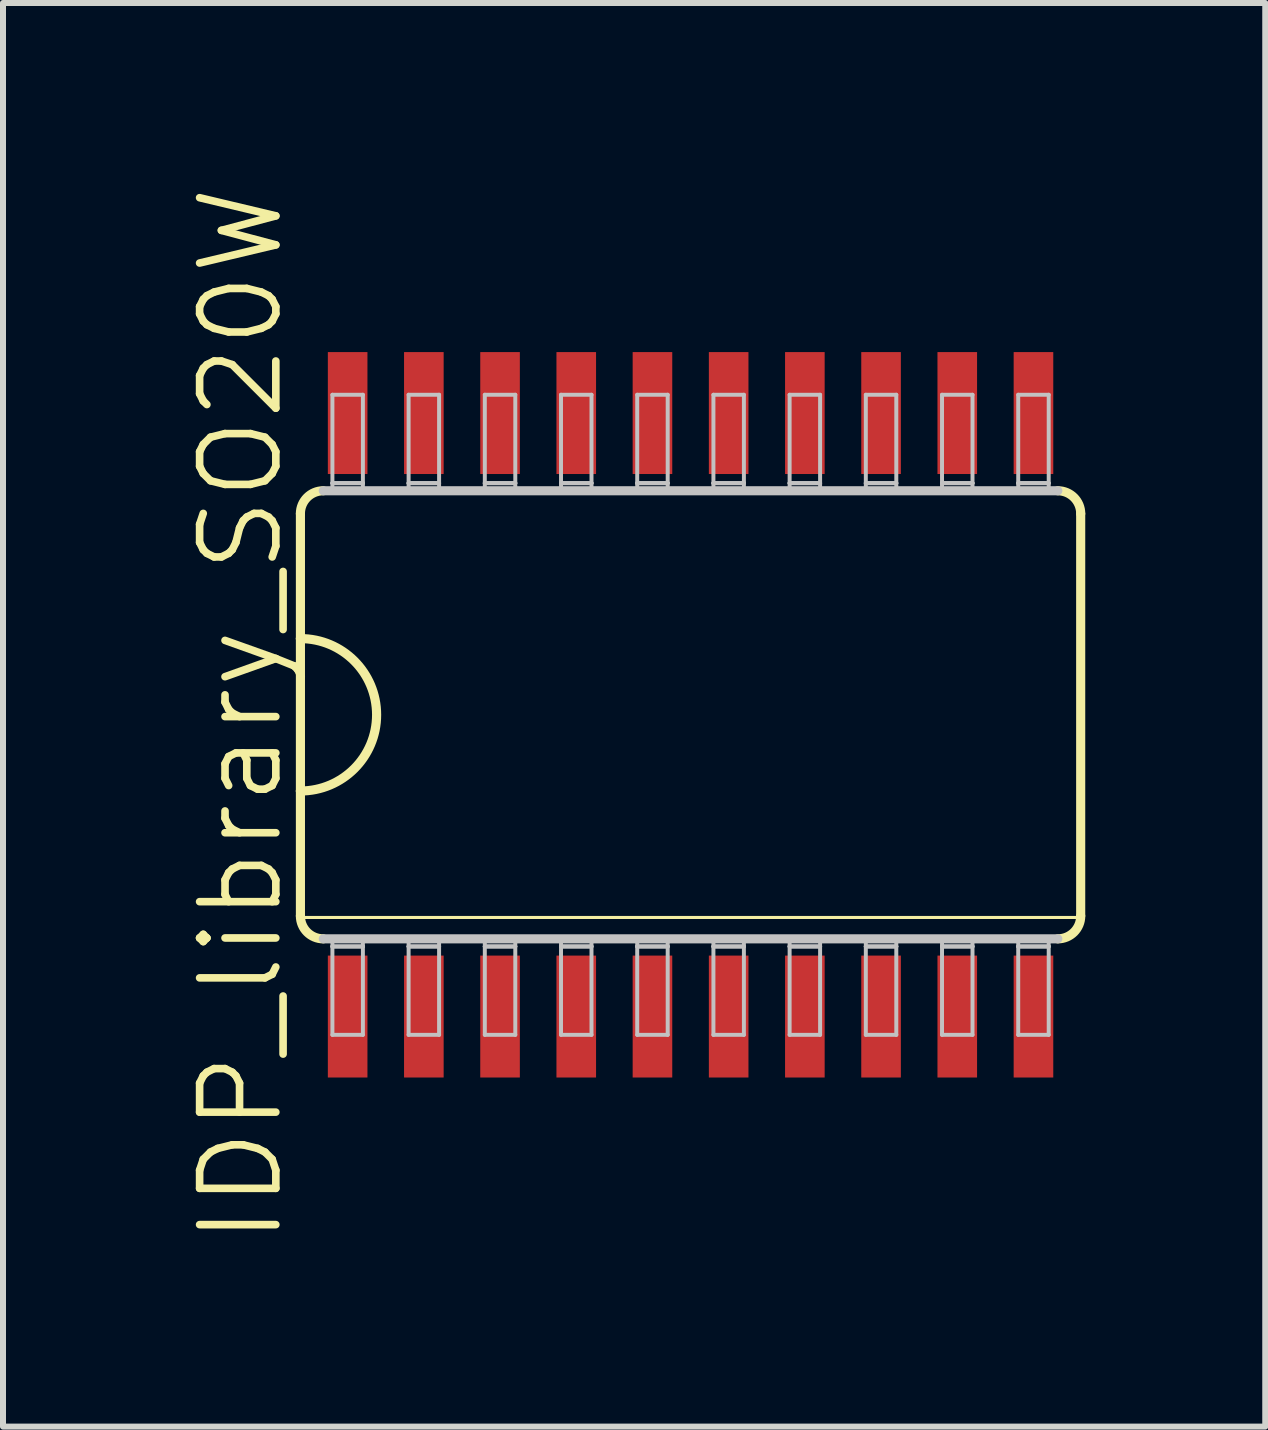
<source format=kicad_pcb>
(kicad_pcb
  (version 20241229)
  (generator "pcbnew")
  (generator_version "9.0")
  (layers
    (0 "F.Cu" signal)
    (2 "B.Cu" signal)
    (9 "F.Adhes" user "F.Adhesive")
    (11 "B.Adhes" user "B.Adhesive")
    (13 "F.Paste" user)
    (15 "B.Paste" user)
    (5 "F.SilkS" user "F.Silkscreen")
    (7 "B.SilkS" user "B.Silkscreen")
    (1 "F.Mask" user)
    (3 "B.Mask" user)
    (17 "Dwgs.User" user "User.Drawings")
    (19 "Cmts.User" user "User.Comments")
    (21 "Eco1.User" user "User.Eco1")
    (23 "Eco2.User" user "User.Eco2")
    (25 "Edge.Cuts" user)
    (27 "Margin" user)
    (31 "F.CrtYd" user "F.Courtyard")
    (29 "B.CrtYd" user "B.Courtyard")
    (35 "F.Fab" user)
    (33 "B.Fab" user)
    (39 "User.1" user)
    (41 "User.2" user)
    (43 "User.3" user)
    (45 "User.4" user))
  (footprint "IDP_library_SO20W"
    (layer "F.Cu")
    (at 8.459 8.863)
    (property "Reference" "IDP_library_SO20W" (at -7.493 0 90) (layer "F.SilkS") (effects (font (size 1.27 1.27) (thickness 0.127))))
    (attr smd)
    (fp_line (start -6.502 -3.353) (end -6.502 -1.27) (stroke (width 0.152) (type solid)) (layer "F.SilkS"))
    (fp_line (start -6.502 -1.27) (end -6.502 1.27) (stroke (width 0.152) (type solid)) (layer "F.SilkS"))
    (fp_line (start -6.502 1.27) (end -6.502 3.353) (stroke (width 0.152) (type solid)) (layer "F.SilkS"))
    (fp_line (start -6.477 3.378) (end 6.477 3.378) (stroke (width 0.051) (type solid)) (layer "F.SilkS"))
    (fp_line (start 6.502 3.353) (end 6.502 -3.353) (stroke (width 0.152) (type solid)) (layer "F.SilkS"))
    (fp_arc (start -6.5024 -3.3528) (mid -6.390808 -3.622208) (end -6.1214 -3.7338) (stroke (width 0.1524) (type solid)) (layer "F.SilkS"))
    (fp_arc (start -6.5024 -1.27) (mid -5.2324 0) (end -6.5024 1.27) (stroke (width 0.1524) (type solid)) (layer "F.SilkS"))
    (fp_arc (start -6.1214 3.7338) (mid -6.390808 3.622208) (end -6.5024 3.3528) (stroke (width 0.1524) (type solid)) (layer "F.SilkS"))
    (fp_arc (start 6.1214 -3.7338) (mid 6.390808 -3.622208) (end 6.5024 -3.3528) (stroke (width 0.1524) (type solid)) (layer "F.SilkS"))
    (fp_arc (start 6.5024 3.3528) (mid 6.390808 3.622208) (end 6.1214 3.7338) (stroke (width 0.1524) (type solid)) (layer "F.SilkS"))
    (fp_line (start -6.121 3.734) (end 6.121 3.734) (stroke (width 0.152) (type solid)) (layer "Dwgs.User"))
    (fp_line (start -5.969 -5.334) (end -5.461 -5.334) (stroke (width 0.066) (type solid)) (layer "Dwgs.User"))
    (fp_line (start -5.969 -3.861) (end -5.969 -5.334) (stroke (width 0.066) (type solid)) (layer "Dwgs.User"))
    (fp_line (start -5.969 -3.861) (end -5.461 -3.861) (stroke (width 0.066) (type solid)) (layer "Dwgs.User"))
    (fp_line (start -5.969 -3.861) (end -5.461 -3.861) (stroke (width 0.066) (type solid)) (layer "Dwgs.User"))
    (fp_line (start -5.969 -3.734) (end -5.969 -3.861) (stroke (width 0.066) (type solid)) (layer "Dwgs.User"))
    (fp_line (start -5.969 -3.734) (end -5.461 -3.734) (stroke (width 0.066) (type solid)) (layer "Dwgs.User"))
    (fp_line (start -5.969 3.734) (end -5.461 3.734) (stroke (width 0.066) (type solid)) (layer "Dwgs.User"))
    (fp_line (start -5.969 3.861) (end -5.969 3.734) (stroke (width 0.066) (type solid)) (layer "Dwgs.User"))
    (fp_line (start -5.969 3.861) (end -5.461 3.861) (stroke (width 0.066) (type solid)) (layer "Dwgs.User"))
    (fp_line (start -5.969 3.861) (end -5.461 3.861) (stroke (width 0.066) (type solid)) (layer "Dwgs.User"))
    (fp_line (start -5.969 5.334) (end -5.969 3.861) (stroke (width 0.066) (type solid)) (layer "Dwgs.User"))
    (fp_line (start -5.969 5.334) (end -5.461 5.334) (stroke (width 0.066) (type solid)) (layer "Dwgs.User"))
    (fp_line (start -5.461 -3.861) (end -5.461 -5.334) (stroke (width 0.066) (type solid)) (layer "Dwgs.User"))
    (fp_line (start -5.461 -3.734) (end -5.461 -3.861) (stroke (width 0.066) (type solid)) (layer "Dwgs.User"))
    (fp_line (start -5.461 3.861) (end -5.461 3.734) (stroke (width 0.066) (type solid)) (layer "Dwgs.User"))
    (fp_line (start -5.461 5.334) (end -5.461 3.861) (stroke (width 0.066) (type solid)) (layer "Dwgs.User"))
    (fp_line (start -4.699 -5.334) (end -4.191 -5.334) (stroke (width 0.066) (type solid)) (layer "Dwgs.User"))
    (fp_line (start -4.699 -3.861) (end -4.699 -5.334) (stroke (width 0.066) (type solid)) (layer "Dwgs.User"))
    (fp_line (start -4.699 -3.861) (end -4.191 -3.861) (stroke (width 0.066) (type solid)) (layer "Dwgs.User"))
    (fp_line (start -4.699 -3.861) (end -4.191 -3.861) (stroke (width 0.066) (type solid)) (layer "Dwgs.User"))
    (fp_line (start -4.699 -3.734) (end -4.699 -3.861) (stroke (width 0.066) (type solid)) (layer "Dwgs.User"))
    (fp_line (start -4.699 -3.734) (end -4.191 -3.734) (stroke (width 0.066) (type solid)) (layer "Dwgs.User"))
    (fp_line (start -4.699 3.734) (end -4.191 3.734) (stroke (width 0.066) (type solid)) (layer "Dwgs.User"))
    (fp_line (start -4.699 3.861) (end -4.699 3.734) (stroke (width 0.066) (type solid)) (layer "Dwgs.User"))
    (fp_line (start -4.699 3.861) (end -4.191 3.861) (stroke (width 0.066) (type solid)) (layer "Dwgs.User"))
    (fp_line (start -4.699 3.861) (end -4.191 3.861) (stroke (width 0.066) (type solid)) (layer "Dwgs.User"))
    (fp_line (start -4.699 5.334) (end -4.699 3.861) (stroke (width 0.066) (type solid)) (layer "Dwgs.User"))
    (fp_line (start -4.699 5.334) (end -4.191 5.334) (stroke (width 0.066) (type solid)) (layer "Dwgs.User"))
    (fp_line (start -4.191 -3.861) (end -4.191 -5.334) (stroke (width 0.066) (type solid)) (layer "Dwgs.User"))
    (fp_line (start -4.191 -3.734) (end -4.191 -3.861) (stroke (width 0.066) (type solid)) (layer "Dwgs.User"))
    (fp_line (start -4.191 3.861) (end -4.191 3.734) (stroke (width 0.066) (type solid)) (layer "Dwgs.User"))
    (fp_line (start -4.191 5.334) (end -4.191 3.861) (stroke (width 0.066) (type solid)) (layer "Dwgs.User"))
    (fp_line (start -3.429 -5.334) (end -2.921 -5.334) (stroke (width 0.066) (type solid)) (layer "Dwgs.User"))
    (fp_line (start -3.429 -3.861) (end -3.429 -5.334) (stroke (width 0.066) (type solid)) (layer "Dwgs.User"))
    (fp_line (start -3.429 -3.861) (end -2.921 -3.861) (stroke (width 0.066) (type solid)) (layer "Dwgs.User"))
    (fp_line (start -3.429 -3.861) (end -2.921 -3.861) (stroke (width 0.066) (type solid)) (layer "Dwgs.User"))
    (fp_line (start -3.429 -3.734) (end -3.429 -3.861) (stroke (width 0.066) (type solid)) (layer "Dwgs.User"))
    (fp_line (start -3.429 -3.734) (end -2.921 -3.734) (stroke (width 0.066) (type solid)) (layer "Dwgs.User"))
    (fp_line (start -3.429 3.734) (end -2.921 3.734) (stroke (width 0.066) (type solid)) (layer "Dwgs.User"))
    (fp_line (start -3.429 3.861) (end -3.429 3.734) (stroke (width 0.066) (type solid)) (layer "Dwgs.User"))
    (fp_line (start -3.429 3.861) (end -2.921 3.861) (stroke (width 0.066) (type solid)) (layer "Dwgs.User"))
    (fp_line (start -3.429 3.861) (end -2.921 3.861) (stroke (width 0.066) (type solid)) (layer "Dwgs.User"))
    (fp_line (start -3.429 5.334) (end -3.429 3.861) (stroke (width 0.066) (type solid)) (layer "Dwgs.User"))
    (fp_line (start -3.429 5.334) (end -2.921 5.334) (stroke (width 0.066) (type solid)) (layer "Dwgs.User"))
    (fp_line (start -2.921 -3.861) (end -2.921 -5.334) (stroke (width 0.066) (type solid)) (layer "Dwgs.User"))
    (fp_line (start -2.921 -3.734) (end -2.921 -3.861) (stroke (width 0.066) (type solid)) (layer "Dwgs.User"))
    (fp_line (start -2.921 3.861) (end -2.921 3.734) (stroke (width 0.066) (type solid)) (layer "Dwgs.User"))
    (fp_line (start -2.921 5.334) (end -2.921 3.861) (stroke (width 0.066) (type solid)) (layer "Dwgs.User"))
    (fp_line (start -2.159 -5.334) (end -1.651 -5.334) (stroke (width 0.066) (type solid)) (layer "Dwgs.User"))
    (fp_line (start -2.159 -3.861) (end -2.159 -5.334) (stroke (width 0.066) (type solid)) (layer "Dwgs.User"))
    (fp_line (start -2.159 -3.861) (end -1.651 -3.861) (stroke (width 0.066) (type solid)) (layer "Dwgs.User"))
    (fp_line (start -2.159 -3.861) (end -1.651 -3.861) (stroke (width 0.066) (type solid)) (layer "Dwgs.User"))
    (fp_line (start -2.159 -3.734) (end -2.159 -3.861) (stroke (width 0.066) (type solid)) (layer "Dwgs.User"))
    (fp_line (start -2.159 -3.734) (end -1.651 -3.734) (stroke (width 0.066) (type solid)) (layer "Dwgs.User"))
    (fp_line (start -2.159 3.734) (end -1.651 3.734) (stroke (width 0.066) (type solid)) (layer "Dwgs.User"))
    (fp_line (start -2.159 3.861) (end -2.159 3.734) (stroke (width 0.066) (type solid)) (layer "Dwgs.User"))
    (fp_line (start -2.159 3.861) (end -1.651 3.861) (stroke (width 0.066) (type solid)) (layer "Dwgs.User"))
    (fp_line (start -2.159 3.861) (end -1.651 3.861) (stroke (width 0.066) (type solid)) (layer "Dwgs.User"))
    (fp_line (start -2.159 5.334) (end -2.159 3.861) (stroke (width 0.066) (type solid)) (layer "Dwgs.User"))
    (fp_line (start -2.159 5.334) (end -1.651 5.334) (stroke (width 0.066) (type solid)) (layer "Dwgs.User"))
    (fp_line (start -1.651 -3.861) (end -1.651 -5.334) (stroke (width 0.066) (type solid)) (layer "Dwgs.User"))
    (fp_line (start -1.651 -3.734) (end -1.651 -3.861) (stroke (width 0.066) (type solid)) (layer "Dwgs.User"))
    (fp_line (start -1.651 3.861) (end -1.651 3.734) (stroke (width 0.066) (type solid)) (layer "Dwgs.User"))
    (fp_line (start -1.651 5.334) (end -1.651 3.861) (stroke (width 0.066) (type solid)) (layer "Dwgs.User"))
    (fp_line (start -0.889 -5.334) (end -0.381 -5.334) (stroke (width 0.066) (type solid)) (layer "Dwgs.User"))
    (fp_line (start -0.889 -3.861) (end -0.889 -5.334) (stroke (width 0.066) (type solid)) (layer "Dwgs.User"))
    (fp_line (start -0.889 -3.861) (end -0.381 -3.861) (stroke (width 0.066) (type solid)) (layer "Dwgs.User"))
    (fp_line (start -0.889 -3.861) (end -0.381 -3.861) (stroke (width 0.066) (type solid)) (layer "Dwgs.User"))
    (fp_line (start -0.889 -3.734) (end -0.889 -3.861) (stroke (width 0.066) (type solid)) (layer "Dwgs.User"))
    (fp_line (start -0.889 -3.734) (end -0.381 -3.734) (stroke (width 0.066) (type solid)) (layer "Dwgs.User"))
    (fp_line (start -0.889 3.734) (end -0.381 3.734) (stroke (width 0.066) (type solid)) (layer "Dwgs.User"))
    (fp_line (start -0.889 3.861) (end -0.889 3.734) (stroke (width 0.066) (type solid)) (layer "Dwgs.User"))
    (fp_line (start -0.889 3.861) (end -0.381 3.861) (stroke (width 0.066) (type solid)) (layer "Dwgs.User"))
    (fp_line (start -0.889 3.861) (end -0.381 3.861) (stroke (width 0.066) (type solid)) (layer "Dwgs.User"))
    (fp_line (start -0.889 5.334) (end -0.889 3.861) (stroke (width 0.066) (type solid)) (layer "Dwgs.User"))
    (fp_line (start -0.889 5.334) (end -0.381 5.334) (stroke (width 0.066) (type solid)) (layer "Dwgs.User"))
    (fp_line (start -0.381 -3.861) (end -0.381 -5.334) (stroke (width 0.066) (type solid)) (layer "Dwgs.User"))
    (fp_line (start -0.381 -3.734) (end -0.381 -3.861) (stroke (width 0.066) (type solid)) (layer "Dwgs.User"))
    (fp_line (start -0.381 3.861) (end -0.381 3.734) (stroke (width 0.066) (type solid)) (layer "Dwgs.User"))
    (fp_line (start -0.381 5.334) (end -0.381 3.861) (stroke (width 0.066) (type solid)) (layer "Dwgs.User"))
    (fp_line (start 0.381 -5.334) (end 0.889 -5.334) (stroke (width 0.066) (type solid)) (layer "Dwgs.User"))
    (fp_line (start 0.381 -3.861) (end 0.381 -5.334) (stroke (width 0.066) (type solid)) (layer "Dwgs.User"))
    (fp_line (start 0.381 -3.861) (end 0.889 -3.861) (stroke (width 0.066) (type solid)) (layer "Dwgs.User"))
    (fp_line (start 0.381 -3.861) (end 0.889 -3.861) (stroke (width 0.066) (type solid)) (layer "Dwgs.User"))
    (fp_line (start 0.381 -3.734) (end 0.381 -3.861) (stroke (width 0.066) (type solid)) (layer "Dwgs.User"))
    (fp_line (start 0.381 -3.734) (end 0.889 -3.734) (stroke (width 0.066) (type solid)) (layer "Dwgs.User"))
    (fp_line (start 0.381 3.734) (end 0.889 3.734) (stroke (width 0.066) (type solid)) (layer "Dwgs.User"))
    (fp_line (start 0.381 3.861) (end 0.381 3.734) (stroke (width 0.066) (type solid)) (layer "Dwgs.User"))
    (fp_line (start 0.381 3.861) (end 0.889 3.861) (stroke (width 0.066) (type solid)) (layer "Dwgs.User"))
    (fp_line (start 0.381 3.861) (end 0.889 3.861) (stroke (width 0.066) (type solid)) (layer "Dwgs.User"))
    (fp_line (start 0.381 5.334) (end 0.381 3.861) (stroke (width 0.066) (type solid)) (layer "Dwgs.User"))
    (fp_line (start 0.381 5.334) (end 0.889 5.334) (stroke (width 0.066) (type solid)) (layer "Dwgs.User"))
    (fp_line (start 0.889 -3.861) (end 0.889 -5.334) (stroke (width 0.066) (type solid)) (layer "Dwgs.User"))
    (fp_line (start 0.889 -3.734) (end 0.889 -3.861) (stroke (width 0.066) (type solid)) (layer "Dwgs.User"))
    (fp_line (start 0.889 3.861) (end 0.889 3.734) (stroke (width 0.066) (type solid)) (layer "Dwgs.User"))
    (fp_line (start 0.889 5.334) (end 0.889 3.861) (stroke (width 0.066) (type solid)) (layer "Dwgs.User"))
    (fp_line (start 1.651 -5.334) (end 2.159 -5.334) (stroke (width 0.066) (type solid)) (layer "Dwgs.User"))
    (fp_line (start 1.651 -3.861) (end 1.651 -5.334) (stroke (width 0.066) (type solid)) (layer "Dwgs.User"))
    (fp_line (start 1.651 -3.861) (end 2.159 -3.861) (stroke (width 0.066) (type solid)) (layer "Dwgs.User"))
    (fp_line (start 1.651 -3.861) (end 2.159 -3.861) (stroke (width 0.066) (type solid)) (layer "Dwgs.User"))
    (fp_line (start 1.651 -3.734) (end 1.651 -3.861) (stroke (width 0.066) (type solid)) (layer "Dwgs.User"))
    (fp_line (start 1.651 -3.734) (end 2.159 -3.734) (stroke (width 0.066) (type solid)) (layer "Dwgs.User"))
    (fp_line (start 1.651 3.734) (end 2.159 3.734) (stroke (width 0.066) (type solid)) (layer "Dwgs.User"))
    (fp_line (start 1.651 3.861) (end 1.651 3.734) (stroke (width 0.066) (type solid)) (layer "Dwgs.User"))
    (fp_line (start 1.651 3.861) (end 2.159 3.861) (stroke (width 0.066) (type solid)) (layer "Dwgs.User"))
    (fp_line (start 1.651 3.861) (end 2.159 3.861) (stroke (width 0.066) (type solid)) (layer "Dwgs.User"))
    (fp_line (start 1.651 5.334) (end 1.651 3.861) (stroke (width 0.066) (type solid)) (layer "Dwgs.User"))
    (fp_line (start 1.651 5.334) (end 2.159 5.334) (stroke (width 0.066) (type solid)) (layer "Dwgs.User"))
    (fp_line (start 2.159 -3.861) (end 2.159 -5.334) (stroke (width 0.066) (type solid)) (layer "Dwgs.User"))
    (fp_line (start 2.159 -3.734) (end 2.159 -3.861) (stroke (width 0.066) (type solid)) (layer "Dwgs.User"))
    (fp_line (start 2.159 3.861) (end 2.159 3.734) (stroke (width 0.066) (type solid)) (layer "Dwgs.User"))
    (fp_line (start 2.159 5.334) (end 2.159 3.861) (stroke (width 0.066) (type solid)) (layer "Dwgs.User"))
    (fp_line (start 2.921 -5.334) (end 3.429 -5.334) (stroke (width 0.066) (type solid)) (layer "Dwgs.User"))
    (fp_line (start 2.921 -3.861) (end 2.921 -5.334) (stroke (width 0.066) (type solid)) (layer "Dwgs.User"))
    (fp_line (start 2.921 -3.861) (end 3.429 -3.861) (stroke (width 0.066) (type solid)) (layer "Dwgs.User"))
    (fp_line (start 2.921 -3.861) (end 3.429 -3.861) (stroke (width 0.066) (type solid)) (layer "Dwgs.User"))
    (fp_line (start 2.921 -3.734) (end 2.921 -3.861) (stroke (width 0.066) (type solid)) (layer "Dwgs.User"))
    (fp_line (start 2.921 -3.734) (end 3.429 -3.734) (stroke (width 0.066) (type solid)) (layer "Dwgs.User"))
    (fp_line (start 2.921 3.734) (end 3.429 3.734) (stroke (width 0.066) (type solid)) (layer "Dwgs.User"))
    (fp_line (start 2.921 3.861) (end 2.921 3.734) (stroke (width 0.066) (type solid)) (layer "Dwgs.User"))
    (fp_line (start 2.921 3.861) (end 3.429 3.861) (stroke (width 0.066) (type solid)) (layer "Dwgs.User"))
    (fp_line (start 2.921 3.861) (end 3.429 3.861) (stroke (width 0.066) (type solid)) (layer "Dwgs.User"))
    (fp_line (start 2.921 5.334) (end 2.921 3.861) (stroke (width 0.066) (type solid)) (layer "Dwgs.User"))
    (fp_line (start 2.921 5.334) (end 3.429 5.334) (stroke (width 0.066) (type solid)) (layer "Dwgs.User"))
    (fp_line (start 3.429 -3.861) (end 3.429 -5.334) (stroke (width 0.066) (type solid)) (layer "Dwgs.User"))
    (fp_line (start 3.429 -3.734) (end 3.429 -3.861) (stroke (width 0.066) (type solid)) (layer "Dwgs.User"))
    (fp_line (start 3.429 3.861) (end 3.429 3.734) (stroke (width 0.066) (type solid)) (layer "Dwgs.User"))
    (fp_line (start 3.429 5.334) (end 3.429 3.861) (stroke (width 0.066) (type solid)) (layer "Dwgs.User"))
    (fp_line (start 4.191 -5.334) (end 4.699 -5.334) (stroke (width 0.066) (type solid)) (layer "Dwgs.User"))
    (fp_line (start 4.191 -3.861) (end 4.191 -5.334) (stroke (width 0.066) (type solid)) (layer "Dwgs.User"))
    (fp_line (start 4.191 -3.861) (end 4.699 -3.861) (stroke (width 0.066) (type solid)) (layer "Dwgs.User"))
    (fp_line (start 4.191 -3.861) (end 4.699 -3.861) (stroke (width 0.066) (type solid)) (layer "Dwgs.User"))
    (fp_line (start 4.191 -3.734) (end 4.191 -3.861) (stroke (width 0.066) (type solid)) (layer "Dwgs.User"))
    (fp_line (start 4.191 -3.734) (end 4.699 -3.734) (stroke (width 0.066) (type solid)) (layer "Dwgs.User"))
    (fp_line (start 4.191 3.734) (end 4.699 3.734) (stroke (width 0.066) (type solid)) (layer "Dwgs.User"))
    (fp_line (start 4.191 3.861) (end 4.191 3.734) (stroke (width 0.066) (type solid)) (layer "Dwgs.User"))
    (fp_line (start 4.191 3.861) (end 4.699 3.861) (stroke (width 0.066) (type solid)) (layer "Dwgs.User"))
    (fp_line (start 4.191 3.861) (end 4.699 3.861) (stroke (width 0.066) (type solid)) (layer "Dwgs.User"))
    (fp_line (start 4.191 5.334) (end 4.191 3.861) (stroke (width 0.066) (type solid)) (layer "Dwgs.User"))
    (fp_line (start 4.191 5.334) (end 4.699 5.334) (stroke (width 0.066) (type solid)) (layer "Dwgs.User"))
    (fp_line (start 4.699 -3.861) (end 4.699 -5.334) (stroke (width 0.066) (type solid)) (layer "Dwgs.User"))
    (fp_line (start 4.699 -3.734) (end 4.699 -3.861) (stroke (width 0.066) (type solid)) (layer "Dwgs.User"))
    (fp_line (start 4.699 3.861) (end 4.699 3.734) (stroke (width 0.066) (type solid)) (layer "Dwgs.User"))
    (fp_line (start 4.699 5.334) (end 4.699 3.861) (stroke (width 0.066) (type solid)) (layer "Dwgs.User"))
    (fp_line (start 5.461 -5.334) (end 5.969 -5.334) (stroke (width 0.066) (type solid)) (layer "Dwgs.User"))
    (fp_line (start 5.461 -3.861) (end 5.461 -5.334) (stroke (width 0.066) (type solid)) (layer "Dwgs.User"))
    (fp_line (start 5.461 -3.861) (end 5.969 -3.861) (stroke (width 0.066) (type solid)) (layer "Dwgs.User"))
    (fp_line (start 5.461 -3.861) (end 5.969 -3.861) (stroke (width 0.066) (type solid)) (layer "Dwgs.User"))
    (fp_line (start 5.461 -3.734) (end 5.461 -3.861) (stroke (width 0.066) (type solid)) (layer "Dwgs.User"))
    (fp_line (start 5.461 -3.734) (end 5.969 -3.734) (stroke (width 0.066) (type solid)) (layer "Dwgs.User"))
    (fp_line (start 5.461 3.734) (end 5.969 3.734) (stroke (width 0.066) (type solid)) (layer "Dwgs.User"))
    (fp_line (start 5.461 3.861) (end 5.461 3.734) (stroke (width 0.066) (type solid)) (layer "Dwgs.User"))
    (fp_line (start 5.461 3.861) (end 5.969 3.861) (stroke (width 0.066) (type solid)) (layer "Dwgs.User"))
    (fp_line (start 5.461 3.861) (end 5.969 3.861) (stroke (width 0.066) (type solid)) (layer "Dwgs.User"))
    (fp_line (start 5.461 5.334) (end 5.461 3.861) (stroke (width 0.066) (type solid)) (layer "Dwgs.User"))
    (fp_line (start 5.461 5.334) (end 5.969 5.334) (stroke (width 0.066) (type solid)) (layer "Dwgs.User"))
    (fp_line (start 5.969 -3.861) (end 5.969 -5.334) (stroke (width 0.066) (type solid)) (layer "Dwgs.User"))
    (fp_line (start 5.969 -3.734) (end 5.969 -3.861) (stroke (width 0.066) (type solid)) (layer "Dwgs.User"))
    (fp_line (start 5.969 3.861) (end 5.969 3.734) (stroke (width 0.066) (type solid)) (layer "Dwgs.User"))
    (fp_line (start 5.969 5.334) (end 5.969 3.861) (stroke (width 0.066) (type solid)) (layer "Dwgs.User"))
    (fp_line (start 6.121 -3.734) (end -6.121 -3.734) (stroke (width 0.152) (type solid)) (layer "Dwgs.User"))
    (pad "1" smd rect (at -5.715 5.029) (size 0.66 2.032) (layers "F.Cu" "F.Mask" "F.Paste"))
    (pad "2" smd rect (at -4.445 5.029) (size 0.66 2.032) (layers "F.Cu" "F.Mask" "F.Paste"))
    (pad "3" smd rect (at -3.175 5.029) (size 0.66 2.032) (layers "F.Cu" "F.Mask" "F.Paste"))
    (pad "4" smd rect (at -1.905 5.029) (size 0.66 2.032) (layers "F.Cu" "F.Mask" "F.Paste"))
    (pad "5" smd rect (at -0.635 5.029) (size 0.66 2.032) (layers "F.Cu" "F.Mask" "F.Paste"))
    (pad "6" smd rect (at 0.635 5.029) (size 0.66 2.032) (layers "F.Cu" "F.Mask" "F.Paste"))
    (pad "7" smd rect (at 1.905 5.029) (size 0.66 2.032) (layers "F.Cu" "F.Mask" "F.Paste"))
    (pad "8" smd rect (at 3.175 5.029) (size 0.66 2.032) (layers "F.Cu" "F.Mask" "F.Paste"))
    (pad "9" smd rect (at 4.445 5.029) (size 0.66 2.032) (layers "F.Cu" "F.Mask" "F.Paste"))
    (pad "10" smd rect (at 5.715 5.029) (size 0.66 2.032) (layers "F.Cu" "F.Mask" "F.Paste"))
    (pad "11" smd rect (at 5.715 -5.029) (size 0.66 2.032) (layers "F.Cu" "F.Mask" "F.Paste"))
    (pad "12" smd rect (at 4.445 -5.029) (size 0.66 2.032) (layers "F.Cu" "F.Mask" "F.Paste"))
    (pad "13" smd rect (at 3.175 -5.029) (size 0.66 2.032) (layers "F.Cu" "F.Mask" "F.Paste"))
    (pad "14" smd rect (at 1.905 -5.029) (size 0.66 2.032) (layers "F.Cu" "F.Mask" "F.Paste"))
    (pad "15" smd rect (at 0.635 -5.029) (size 0.66 2.032) (layers "F.Cu" "F.Mask" "F.Paste"))
    (pad "16" smd rect (at -0.635 -5.029) (size 0.66 2.032) (layers "F.Cu" "F.Mask" "F.Paste"))
    (pad "17" smd rect (at -1.905 -5.029) (size 0.66 2.032) (layers "F.Cu" "F.Mask" "F.Paste"))
    (pad "18" smd rect (at -3.175 -5.029) (size 0.66 2.032) (layers "F.Cu" "F.Mask" "F.Paste"))
    (pad "19" smd rect (at -4.445 -5.029) (size 0.66 2.032) (layers "F.Cu" "F.Mask" "F.Paste"))
    (pad "20" smd rect (at -5.715 -5.029) (size 0.66 2.032) (layers "F.Cu" "F.Mask" "F.Paste")))
  (gr_rect
    (start -3 -3)
    (end 18.037 20.726)
    (stroke (width 0.1) (type default))
    (fill no)
    (layer "Edge.Cuts")))
</source>
